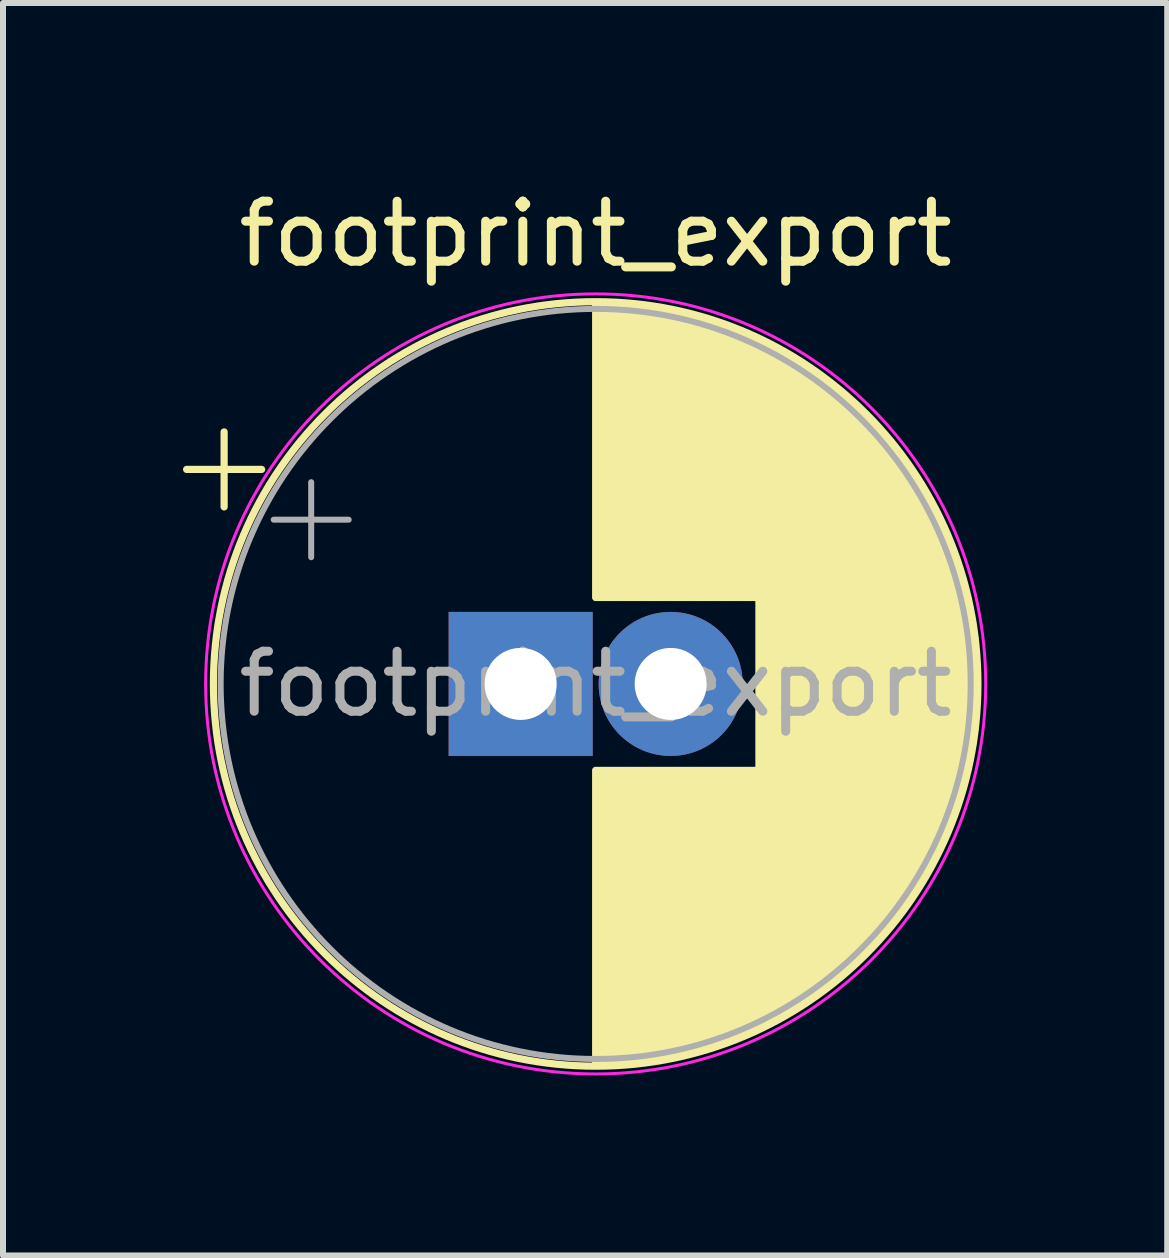
<source format=kicad_pcb>
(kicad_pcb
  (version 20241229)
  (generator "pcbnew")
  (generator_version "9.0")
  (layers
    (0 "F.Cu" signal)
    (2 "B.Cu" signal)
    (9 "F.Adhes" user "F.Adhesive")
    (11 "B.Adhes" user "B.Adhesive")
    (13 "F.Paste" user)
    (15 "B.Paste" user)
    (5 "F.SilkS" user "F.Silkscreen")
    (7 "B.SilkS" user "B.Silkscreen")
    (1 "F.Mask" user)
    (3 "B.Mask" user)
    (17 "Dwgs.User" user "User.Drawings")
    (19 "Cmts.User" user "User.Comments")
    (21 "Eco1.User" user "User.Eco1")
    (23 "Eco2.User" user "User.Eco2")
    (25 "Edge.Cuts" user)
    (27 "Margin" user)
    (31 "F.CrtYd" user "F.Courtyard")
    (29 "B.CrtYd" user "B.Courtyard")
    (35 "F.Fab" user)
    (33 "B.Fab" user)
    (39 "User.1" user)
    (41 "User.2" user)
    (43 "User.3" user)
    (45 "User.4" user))
  (footprint "footprint_export"
    (layer "F.Cu")
    (at 5.627 8.348)
    (property "Reference" "footprint_export" (at 1.25 -7.5 0) (layer "F.SilkS") (effects (font (size 1 1) (thickness 0.15))))
    (attr through_hole)
    (fp_line (start -5.567 -3.575) (end -4.317 -3.575) (stroke (width 0.12) (type solid)) (layer "F.SilkS"))
    (fp_line (start -4.942 -4.2) (end -4.942 -2.95) (stroke (width 0.12) (type solid)) (layer "F.SilkS"))
    (fp_line (start 1.25 -6.33) (end 1.25 -1.44) (stroke (width 0.12) (type solid)) (layer "F.SilkS"))
    (fp_line (start 1.25 1.44) (end 1.25 6.33) (stroke (width 0.12) (type solid)) (layer "F.SilkS"))
    (fp_line (start 1.29 -6.33) (end 1.29 -1.44) (stroke (width 0.12) (type solid)) (layer "F.SilkS"))
    (fp_line (start 1.29 1.44) (end 1.29 6.33) (stroke (width 0.12) (type solid)) (layer "F.SilkS"))
    (fp_line (start 1.33 -6.33) (end 1.33 -1.44) (stroke (width 0.12) (type solid)) (layer "F.SilkS"))
    (fp_line (start 1.33 1.44) (end 1.33 6.33) (stroke (width 0.12) (type solid)) (layer "F.SilkS"))
    (fp_line (start 1.37 -6.329) (end 1.37 -1.44) (stroke (width 0.12) (type solid)) (layer "F.SilkS"))
    (fp_line (start 1.37 1.44) (end 1.37 6.329) (stroke (width 0.12) (type solid)) (layer "F.SilkS"))
    (fp_line (start 1.41 -6.328) (end 1.41 -1.44) (stroke (width 0.12) (type solid)) (layer "F.SilkS"))
    (fp_line (start 1.41 1.44) (end 1.41 6.328) (stroke (width 0.12) (type solid)) (layer "F.SilkS"))
    (fp_line (start 1.45 -6.327) (end 1.45 -1.44) (stroke (width 0.12) (type solid)) (layer "F.SilkS"))
    (fp_line (start 1.45 1.44) (end 1.45 6.327) (stroke (width 0.12) (type solid)) (layer "F.SilkS"))
    (fp_line (start 1.49 -6.326) (end 1.49 -1.44) (stroke (width 0.12) (type solid)) (layer "F.SilkS"))
    (fp_line (start 1.49 1.44) (end 1.49 6.326) (stroke (width 0.12) (type solid)) (layer "F.SilkS"))
    (fp_line (start 1.53 -6.324) (end 1.53 -1.44) (stroke (width 0.12) (type solid)) (layer "F.SilkS"))
    (fp_line (start 1.53 1.44) (end 1.53 6.324) (stroke (width 0.12) (type solid)) (layer "F.SilkS"))
    (fp_line (start 1.57 -6.322) (end 1.57 -1.44) (stroke (width 0.12) (type solid)) (layer "F.SilkS"))
    (fp_line (start 1.57 1.44) (end 1.57 6.322) (stroke (width 0.12) (type solid)) (layer "F.SilkS"))
    (fp_line (start 1.61 -6.32) (end 1.61 -1.44) (stroke (width 0.12) (type solid)) (layer "F.SilkS"))
    (fp_line (start 1.61 1.44) (end 1.61 6.32) (stroke (width 0.12) (type solid)) (layer "F.SilkS"))
    (fp_line (start 1.65 -6.318) (end 1.65 -1.44) (stroke (width 0.12) (type solid)) (layer "F.SilkS"))
    (fp_line (start 1.65 1.44) (end 1.65 6.318) (stroke (width 0.12) (type solid)) (layer "F.SilkS"))
    (fp_line (start 1.69 -6.315) (end 1.69 -1.44) (stroke (width 0.12) (type solid)) (layer "F.SilkS"))
    (fp_line (start 1.69 1.44) (end 1.69 6.315) (stroke (width 0.12) (type solid)) (layer "F.SilkS"))
    (fp_line (start 1.73 -6.312) (end 1.73 -1.44) (stroke (width 0.12) (type solid)) (layer "F.SilkS"))
    (fp_line (start 1.73 1.44) (end 1.73 6.312) (stroke (width 0.12) (type solid)) (layer "F.SilkS"))
    (fp_line (start 1.77 -6.309) (end 1.77 -1.44) (stroke (width 0.12) (type solid)) (layer "F.SilkS"))
    (fp_line (start 1.77 1.44) (end 1.77 6.309) (stroke (width 0.12) (type solid)) (layer "F.SilkS"))
    (fp_line (start 1.81 -6.306) (end 1.81 -1.44) (stroke (width 0.12) (type solid)) (layer "F.SilkS"))
    (fp_line (start 1.81 1.44) (end 1.81 6.306) (stroke (width 0.12) (type solid)) (layer "F.SilkS"))
    (fp_line (start 1.85 -6.302) (end 1.85 -1.44) (stroke (width 0.12) (type solid)) (layer "F.SilkS"))
    (fp_line (start 1.85 1.44) (end 1.85 6.302) (stroke (width 0.12) (type solid)) (layer "F.SilkS"))
    (fp_line (start 1.89 -6.298) (end 1.89 -1.44) (stroke (width 0.12) (type solid)) (layer "F.SilkS"))
    (fp_line (start 1.89 1.44) (end 1.89 6.298) (stroke (width 0.12) (type solid)) (layer "F.SilkS"))
    (fp_line (start 1.93 -6.294) (end 1.93 -1.44) (stroke (width 0.12) (type solid)) (layer "F.SilkS"))
    (fp_line (start 1.93 1.44) (end 1.93 6.294) (stroke (width 0.12) (type solid)) (layer "F.SilkS"))
    (fp_line (start 1.971 -6.29) (end 1.971 -1.44) (stroke (width 0.12) (type solid)) (layer "F.SilkS"))
    (fp_line (start 1.971 1.44) (end 1.971 6.29) (stroke (width 0.12) (type solid)) (layer "F.SilkS"))
    (fp_line (start 2.011 -6.285) (end 2.011 -1.44) (stroke (width 0.12) (type solid)) (layer "F.SilkS"))
    (fp_line (start 2.011 1.44) (end 2.011 6.285) (stroke (width 0.12) (type solid)) (layer "F.SilkS"))
    (fp_line (start 2.051 -6.28) (end 2.051 -1.44) (stroke (width 0.12) (type solid)) (layer "F.SilkS"))
    (fp_line (start 2.051 1.44) (end 2.051 6.28) (stroke (width 0.12) (type solid)) (layer "F.SilkS"))
    (fp_line (start 2.091 -6.275) (end 2.091 -1.44) (stroke (width 0.12) (type solid)) (layer "F.SilkS"))
    (fp_line (start 2.091 1.44) (end 2.091 6.275) (stroke (width 0.12) (type solid)) (layer "F.SilkS"))
    (fp_line (start 2.131 -6.269) (end 2.131 -1.44) (stroke (width 0.12) (type solid)) (layer "F.SilkS"))
    (fp_line (start 2.131 1.44) (end 2.131 6.269) (stroke (width 0.12) (type solid)) (layer "F.SilkS"))
    (fp_line (start 2.171 -6.264) (end 2.171 -1.44) (stroke (width 0.12) (type solid)) (layer "F.SilkS"))
    (fp_line (start 2.171 1.44) (end 2.171 6.264) (stroke (width 0.12) (type solid)) (layer "F.SilkS"))
    (fp_line (start 2.211 -6.258) (end 2.211 -1.44) (stroke (width 0.12) (type solid)) (layer "F.SilkS"))
    (fp_line (start 2.211 1.44) (end 2.211 6.258) (stroke (width 0.12) (type solid)) (layer "F.SilkS"))
    (fp_line (start 2.251 -6.252) (end 2.251 -1.44) (stroke (width 0.12) (type solid)) (layer "F.SilkS"))
    (fp_line (start 2.251 1.44) (end 2.251 6.252) (stroke (width 0.12) (type solid)) (layer "F.SilkS"))
    (fp_line (start 2.291 -6.245) (end 2.291 -1.44) (stroke (width 0.12) (type solid)) (layer "F.SilkS"))
    (fp_line (start 2.291 1.44) (end 2.291 6.245) (stroke (width 0.12) (type solid)) (layer "F.SilkS"))
    (fp_line (start 2.331 -6.238) (end 2.331 -1.44) (stroke (width 0.12) (type solid)) (layer "F.SilkS"))
    (fp_line (start 2.331 1.44) (end 2.331 6.238) (stroke (width 0.12) (type solid)) (layer "F.SilkS"))
    (fp_line (start 2.371 -6.231) (end 2.371 -1.44) (stroke (width 0.12) (type solid)) (layer "F.SilkS"))
    (fp_line (start 2.371 1.44) (end 2.371 6.231) (stroke (width 0.12) (type solid)) (layer "F.SilkS"))
    (fp_line (start 2.411 -6.224) (end 2.411 -1.44) (stroke (width 0.12) (type solid)) (layer "F.SilkS"))
    (fp_line (start 2.411 1.44) (end 2.411 6.224) (stroke (width 0.12) (type solid)) (layer "F.SilkS"))
    (fp_line (start 2.451 -6.216) (end 2.451 -1.44) (stroke (width 0.12) (type solid)) (layer "F.SilkS"))
    (fp_line (start 2.451 1.44) (end 2.451 6.216) (stroke (width 0.12) (type solid)) (layer "F.SilkS"))
    (fp_line (start 2.491 -6.209) (end 2.491 -1.44) (stroke (width 0.12) (type solid)) (layer "F.SilkS"))
    (fp_line (start 2.491 1.44) (end 2.491 6.209) (stroke (width 0.12) (type solid)) (layer "F.SilkS"))
    (fp_line (start 2.531 -6.201) (end 2.531 -1.44) (stroke (width 0.12) (type solid)) (layer "F.SilkS"))
    (fp_line (start 2.531 1.44) (end 2.531 6.201) (stroke (width 0.12) (type solid)) (layer "F.SilkS"))
    (fp_line (start 2.571 -6.192) (end 2.571 -1.44) (stroke (width 0.12) (type solid)) (layer "F.SilkS"))
    (fp_line (start 2.571 1.44) (end 2.571 6.192) (stroke (width 0.12) (type solid)) (layer "F.SilkS"))
    (fp_line (start 2.611 -6.184) (end 2.611 -1.44) (stroke (width 0.12) (type solid)) (layer "F.SilkS"))
    (fp_line (start 2.611 1.44) (end 2.611 6.184) (stroke (width 0.12) (type solid)) (layer "F.SilkS"))
    (fp_line (start 2.651 -6.175) (end 2.651 -1.44) (stroke (width 0.12) (type solid)) (layer "F.SilkS"))
    (fp_line (start 2.651 1.44) (end 2.651 6.175) (stroke (width 0.12) (type solid)) (layer "F.SilkS"))
    (fp_line (start 2.691 -6.166) (end 2.691 -1.44) (stroke (width 0.12) (type solid)) (layer "F.SilkS"))
    (fp_line (start 2.691 1.44) (end 2.691 6.166) (stroke (width 0.12) (type solid)) (layer "F.SilkS"))
    (fp_line (start 2.731 -6.156) (end 2.731 -1.44) (stroke (width 0.12) (type solid)) (layer "F.SilkS"))
    (fp_line (start 2.731 1.44) (end 2.731 6.156) (stroke (width 0.12) (type solid)) (layer "F.SilkS"))
    (fp_line (start 2.771 -6.146) (end 2.771 -1.44) (stroke (width 0.12) (type solid)) (layer "F.SilkS"))
    (fp_line (start 2.771 1.44) (end 2.771 6.146) (stroke (width 0.12) (type solid)) (layer "F.SilkS"))
    (fp_line (start 2.811 -6.137) (end 2.811 -1.44) (stroke (width 0.12) (type solid)) (layer "F.SilkS"))
    (fp_line (start 2.811 1.44) (end 2.811 6.137) (stroke (width 0.12) (type solid)) (layer "F.SilkS"))
    (fp_line (start 2.851 -6.126) (end 2.851 -1.44) (stroke (width 0.12) (type solid)) (layer "F.SilkS"))
    (fp_line (start 2.851 1.44) (end 2.851 6.126) (stroke (width 0.12) (type solid)) (layer "F.SilkS"))
    (fp_line (start 2.891 -6.116) (end 2.891 -1.44) (stroke (width 0.12) (type solid)) (layer "F.SilkS"))
    (fp_line (start 2.891 1.44) (end 2.891 6.116) (stroke (width 0.12) (type solid)) (layer "F.SilkS"))
    (fp_line (start 2.931 -6.105) (end 2.931 -1.44) (stroke (width 0.12) (type solid)) (layer "F.SilkS"))
    (fp_line (start 2.931 1.44) (end 2.931 6.105) (stroke (width 0.12) (type solid)) (layer "F.SilkS"))
    (fp_line (start 2.971 -6.094) (end 2.971 -1.44) (stroke (width 0.12) (type solid)) (layer "F.SilkS"))
    (fp_line (start 2.971 1.44) (end 2.971 6.094) (stroke (width 0.12) (type solid)) (layer "F.SilkS"))
    (fp_line (start 3.011 -6.083) (end 3.011 -1.44) (stroke (width 0.12) (type solid)) (layer "F.SilkS"))
    (fp_line (start 3.011 1.44) (end 3.011 6.083) (stroke (width 0.12) (type solid)) (layer "F.SilkS"))
    (fp_line (start 3.051 -6.071) (end 3.051 -1.44) (stroke (width 0.12) (type solid)) (layer "F.SilkS"))
    (fp_line (start 3.051 1.44) (end 3.051 6.071) (stroke (width 0.12) (type solid)) (layer "F.SilkS"))
    (fp_line (start 3.091 -6.059) (end 3.091 -1.44) (stroke (width 0.12) (type solid)) (layer "F.SilkS"))
    (fp_line (start 3.091 1.44) (end 3.091 6.059) (stroke (width 0.12) (type solid)) (layer "F.SilkS"))
    (fp_line (start 3.131 -6.047) (end 3.131 -1.44) (stroke (width 0.12) (type solid)) (layer "F.SilkS"))
    (fp_line (start 3.131 1.44) (end 3.131 6.047) (stroke (width 0.12) (type solid)) (layer "F.SilkS"))
    (fp_line (start 3.171 -6.034) (end 3.171 -1.44) (stroke (width 0.12) (type solid)) (layer "F.SilkS"))
    (fp_line (start 3.171 1.44) (end 3.171 6.034) (stroke (width 0.12) (type solid)) (layer "F.SilkS"))
    (fp_line (start 3.211 -6.021) (end 3.211 -1.44) (stroke (width 0.12) (type solid)) (layer "F.SilkS"))
    (fp_line (start 3.211 1.44) (end 3.211 6.021) (stroke (width 0.12) (type solid)) (layer "F.SilkS"))
    (fp_line (start 3.251 -6.008) (end 3.251 -1.44) (stroke (width 0.12) (type solid)) (layer "F.SilkS"))
    (fp_line (start 3.251 1.44) (end 3.251 6.008) (stroke (width 0.12) (type solid)) (layer "F.SilkS"))
    (fp_line (start 3.291 -5.995) (end 3.291 -1.44) (stroke (width 0.12) (type solid)) (layer "F.SilkS"))
    (fp_line (start 3.291 1.44) (end 3.291 5.995) (stroke (width 0.12) (type solid)) (layer "F.SilkS"))
    (fp_line (start 3.331 -5.981) (end 3.331 -1.44) (stroke (width 0.12) (type solid)) (layer "F.SilkS"))
    (fp_line (start 3.331 1.44) (end 3.331 5.981) (stroke (width 0.12) (type solid)) (layer "F.SilkS"))
    (fp_line (start 3.371 -5.967) (end 3.371 -1.44) (stroke (width 0.12) (type solid)) (layer "F.SilkS"))
    (fp_line (start 3.371 1.44) (end 3.371 5.967) (stroke (width 0.12) (type solid)) (layer "F.SilkS"))
    (fp_line (start 3.411 -5.953) (end 3.411 -1.44) (stroke (width 0.12) (type solid)) (layer "F.SilkS"))
    (fp_line (start 3.411 1.44) (end 3.411 5.953) (stroke (width 0.12) (type solid)) (layer "F.SilkS"))
    (fp_line (start 3.451 -5.939) (end 3.451 -1.44) (stroke (width 0.12) (type solid)) (layer "F.SilkS"))
    (fp_line (start 3.451 1.44) (end 3.451 5.939) (stroke (width 0.12) (type solid)) (layer "F.SilkS"))
    (fp_line (start 3.491 -5.924) (end 3.491 -1.44) (stroke (width 0.12) (type solid)) (layer "F.SilkS"))
    (fp_line (start 3.491 1.44) (end 3.491 5.924) (stroke (width 0.12) (type solid)) (layer "F.SilkS"))
    (fp_line (start 3.531 -5.908) (end 3.531 -1.44) (stroke (width 0.12) (type solid)) (layer "F.SilkS"))
    (fp_line (start 3.531 1.44) (end 3.531 5.908) (stroke (width 0.12) (type solid)) (layer "F.SilkS"))
    (fp_line (start 3.571 -5.893) (end 3.571 -1.44) (stroke (width 0.12) (type solid)) (layer "F.SilkS"))
    (fp_line (start 3.571 1.44) (end 3.571 5.893) (stroke (width 0.12) (type solid)) (layer "F.SilkS"))
    (fp_line (start 3.611 -5.877) (end 3.611 -1.44) (stroke (width 0.12) (type solid)) (layer "F.SilkS"))
    (fp_line (start 3.611 1.44) (end 3.611 5.877) (stroke (width 0.12) (type solid)) (layer "F.SilkS"))
    (fp_line (start 3.651 -5.861) (end 3.651 -1.44) (stroke (width 0.12) (type solid)) (layer "F.SilkS"))
    (fp_line (start 3.651 1.44) (end 3.651 5.861) (stroke (width 0.12) (type solid)) (layer "F.SilkS"))
    (fp_line (start 3.691 -5.845) (end 3.691 -1.44) (stroke (width 0.12) (type solid)) (layer "F.SilkS"))
    (fp_line (start 3.691 1.44) (end 3.691 5.845) (stroke (width 0.12) (type solid)) (layer "F.SilkS"))
    (fp_line (start 3.731 -5.828) (end 3.731 -1.44) (stroke (width 0.12) (type solid)) (layer "F.SilkS"))
    (fp_line (start 3.731 1.44) (end 3.731 5.828) (stroke (width 0.12) (type solid)) (layer "F.SilkS"))
    (fp_line (start 3.771 -5.811) (end 3.771 -1.44) (stroke (width 0.12) (type solid)) (layer "F.SilkS"))
    (fp_line (start 3.771 1.44) (end 3.771 5.811) (stroke (width 0.12) (type solid)) (layer "F.SilkS"))
    (fp_line (start 3.811 -5.793) (end 3.811 -1.44) (stroke (width 0.12) (type solid)) (layer "F.SilkS"))
    (fp_line (start 3.811 1.44) (end 3.811 5.793) (stroke (width 0.12) (type solid)) (layer "F.SilkS"))
    (fp_line (start 3.851 -5.776) (end 3.851 -1.44) (stroke (width 0.12) (type solid)) (layer "F.SilkS"))
    (fp_line (start 3.851 1.44) (end 3.851 5.776) (stroke (width 0.12) (type solid)) (layer "F.SilkS"))
    (fp_line (start 3.891 -5.758) (end 3.891 -1.44) (stroke (width 0.12) (type solid)) (layer "F.SilkS"))
    (fp_line (start 3.891 1.44) (end 3.891 5.758) (stroke (width 0.12) (type solid)) (layer "F.SilkS"))
    (fp_line (start 3.931 -5.739) (end 3.931 -1.44) (stroke (width 0.12) (type solid)) (layer "F.SilkS"))
    (fp_line (start 3.931 1.44) (end 3.931 5.739) (stroke (width 0.12) (type solid)) (layer "F.SilkS"))
    (fp_line (start 3.971 -5.721) (end 3.971 5.721) (stroke (width 0.12) (type solid)) (layer "F.SilkS"))
    (fp_line (start 4.011 -5.702) (end 4.011 5.702) (stroke (width 0.12) (type solid)) (layer "F.SilkS"))
    (fp_line (start 4.051 -5.682) (end 4.051 5.682) (stroke (width 0.12) (type solid)) (layer "F.SilkS"))
    (fp_line (start 4.091 -5.662) (end 4.091 5.662) (stroke (width 0.12) (type solid)) (layer "F.SilkS"))
    (fp_line (start 4.131 -5.642) (end 4.131 5.642) (stroke (width 0.12) (type solid)) (layer "F.SilkS"))
    (fp_line (start 4.171 -5.622) (end 4.171 5.622) (stroke (width 0.12) (type solid)) (layer "F.SilkS"))
    (fp_line (start 4.211 -5.601) (end 4.211 5.601) (stroke (width 0.12) (type solid)) (layer "F.SilkS"))
    (fp_line (start 4.251 -5.58) (end 4.251 5.58) (stroke (width 0.12) (type solid)) (layer "F.SilkS"))
    (fp_line (start 4.291 -5.558) (end 4.291 5.558) (stroke (width 0.12) (type solid)) (layer "F.SilkS"))
    (fp_line (start 4.331 -5.536) (end 4.331 5.536) (stroke (width 0.12) (type solid)) (layer "F.SilkS"))
    (fp_line (start 4.371 -5.514) (end 4.371 5.514) (stroke (width 0.12) (type solid)) (layer "F.SilkS"))
    (fp_line (start 4.411 -5.491) (end 4.411 5.491) (stroke (width 0.12) (type solid)) (layer "F.SilkS"))
    (fp_line (start 4.451 -5.468) (end 4.451 5.468) (stroke (width 0.12) (type solid)) (layer "F.SilkS"))
    (fp_line (start 4.491 -5.445) (end 4.491 5.445) (stroke (width 0.12) (type solid)) (layer "F.SilkS"))
    (fp_line (start 4.531 -5.421) (end 4.531 5.421) (stroke (width 0.12) (type solid)) (layer "F.SilkS"))
    (fp_line (start 4.571 -5.397) (end 4.571 5.397) (stroke (width 0.12) (type solid)) (layer "F.SilkS"))
    (fp_line (start 4.611 -5.372) (end 4.611 5.372) (stroke (width 0.12) (type solid)) (layer "F.SilkS"))
    (fp_line (start 4.651 -5.347) (end 4.651 5.347) (stroke (width 0.12) (type solid)) (layer "F.SilkS"))
    (fp_line (start 4.691 -5.322) (end 4.691 5.322) (stroke (width 0.12) (type solid)) (layer "F.SilkS"))
    (fp_line (start 4.731 -5.296) (end 4.731 5.296) (stroke (width 0.12) (type solid)) (layer "F.SilkS"))
    (fp_line (start 4.771 -5.27) (end 4.771 5.27) (stroke (width 0.12) (type solid)) (layer "F.SilkS"))
    (fp_line (start 4.811 -5.243) (end 4.811 5.243) (stroke (width 0.12) (type solid)) (layer "F.SilkS"))
    (fp_line (start 4.851 -5.216) (end 4.851 5.216) (stroke (width 0.12) (type solid)) (layer "F.SilkS"))
    (fp_line (start 4.891 -5.188) (end 4.891 5.188) (stroke (width 0.12) (type solid)) (layer "F.SilkS"))
    (fp_line (start 4.931 -5.16) (end 4.931 5.16) (stroke (width 0.12) (type solid)) (layer "F.SilkS"))
    (fp_line (start 4.971 -5.131) (end 4.971 5.131) (stroke (width 0.12) (type solid)) (layer "F.SilkS"))
    (fp_line (start 5.011 -5.102) (end 5.011 5.102) (stroke (width 0.12) (type solid)) (layer "F.SilkS"))
    (fp_line (start 5.051 -5.073) (end 5.051 5.073) (stroke (width 0.12) (type solid)) (layer "F.SilkS"))
    (fp_line (start 5.091 -5.043) (end 5.091 5.043) (stroke (width 0.12) (type solid)) (layer "F.SilkS"))
    (fp_line (start 5.131 -5.012) (end 5.131 5.012) (stroke (width 0.12) (type solid)) (layer "F.SilkS"))
    (fp_line (start 5.171 -4.982) (end 5.171 4.982) (stroke (width 0.12) (type solid)) (layer "F.SilkS"))
    (fp_line (start 5.211 -4.95) (end 5.211 4.95) (stroke (width 0.12) (type solid)) (layer "F.SilkS"))
    (fp_line (start 5.251 -4.918) (end 5.251 4.918) (stroke (width 0.12) (type solid)) (layer "F.SilkS"))
    (fp_line (start 5.291 -4.885) (end 5.291 4.885) (stroke (width 0.12) (type solid)) (layer "F.SilkS"))
    (fp_line (start 5.331 -4.852) (end 5.331 4.852) (stroke (width 0.12) (type solid)) (layer "F.SilkS"))
    (fp_line (start 5.371 -4.819) (end 5.371 4.819) (stroke (width 0.12) (type solid)) (layer "F.SilkS"))
    (fp_line (start 5.411 -4.785) (end 5.411 4.785) (stroke (width 0.12) (type solid)) (layer "F.SilkS"))
    (fp_line (start 5.451 -4.75) (end 5.451 4.75) (stroke (width 0.12) (type solid)) (layer "F.SilkS"))
    (fp_line (start 5.491 -4.714) (end 5.491 4.714) (stroke (width 0.12) (type solid)) (layer "F.SilkS"))
    (fp_line (start 5.531 -4.678) (end 5.531 4.678) (stroke (width 0.12) (type solid)) (layer "F.SilkS"))
    (fp_line (start 5.571 -4.642) (end 5.571 4.642) (stroke (width 0.12) (type solid)) (layer "F.SilkS"))
    (fp_line (start 5.611 -4.605) (end 5.611 4.605) (stroke (width 0.12) (type solid)) (layer "F.SilkS"))
    (fp_line (start 5.651 -4.567) (end 5.651 4.567) (stroke (width 0.12) (type solid)) (layer "F.SilkS"))
    (fp_line (start 5.691 -4.528) (end 5.691 4.528) (stroke (width 0.12) (type solid)) (layer "F.SilkS"))
    (fp_line (start 5.731 -4.489) (end 5.731 4.489) (stroke (width 0.12) (type solid)) (layer "F.SilkS"))
    (fp_line (start 5.771 -4.449) (end 5.771 4.449) (stroke (width 0.12) (type solid)) (layer "F.SilkS"))
    (fp_line (start 5.811 -4.408) (end 5.811 4.408) (stroke (width 0.12) (type solid)) (layer "F.SilkS"))
    (fp_line (start 5.851 -4.367) (end 5.851 4.367) (stroke (width 0.12) (type solid)) (layer "F.SilkS"))
    (fp_line (start 5.891 -4.325) (end 5.891 4.325) (stroke (width 0.12) (type solid)) (layer "F.SilkS"))
    (fp_line (start 5.931 -4.282) (end 5.931 4.282) (stroke (width 0.12) (type solid)) (layer "F.SilkS"))
    (fp_line (start 5.971 -4.238) (end 5.971 4.238) (stroke (width 0.12) (type solid)) (layer "F.SilkS"))
    (fp_line (start 6.011 -4.194) (end 6.011 4.194) (stroke (width 0.12) (type solid)) (layer "F.SilkS"))
    (fp_line (start 6.051 -4.148) (end 6.051 4.148) (stroke (width 0.12) (type solid)) (layer "F.SilkS"))
    (fp_line (start 6.091 -4.102) (end 6.091 4.102) (stroke (width 0.12) (type solid)) (layer "F.SilkS"))
    (fp_line (start 6.131 -4.055) (end 6.131 4.055) (stroke (width 0.12) (type solid)) (layer "F.SilkS"))
    (fp_line (start 6.171 -4.007) (end 6.171 4.007) (stroke (width 0.12) (type solid)) (layer "F.SilkS"))
    (fp_line (start 6.211 -3.957) (end 6.211 3.957) (stroke (width 0.12) (type solid)) (layer "F.SilkS"))
    (fp_line (start 6.251 -3.907) (end 6.251 3.907) (stroke (width 0.12) (type solid)) (layer "F.SilkS"))
    (fp_line (start 6.291 -3.856) (end 6.291 3.856) (stroke (width 0.12) (type solid)) (layer "F.SilkS"))
    (fp_line (start 6.331 -3.804) (end 6.331 3.804) (stroke (width 0.12) (type solid)) (layer "F.SilkS"))
    (fp_line (start 6.371 -3.75) (end 6.371 3.75) (stroke (width 0.12) (type solid)) (layer "F.SilkS"))
    (fp_line (start 6.411 -3.696) (end 6.411 3.696) (stroke (width 0.12) (type solid)) (layer "F.SilkS"))
    (fp_line (start 6.451 -3.64) (end 6.451 3.64) (stroke (width 0.12) (type solid)) (layer "F.SilkS"))
    (fp_line (start 6.491 -3.583) (end 6.491 3.583) (stroke (width 0.12) (type solid)) (layer "F.SilkS"))
    (fp_line (start 6.531 -3.524) (end 6.531 3.524) (stroke (width 0.12) (type solid)) (layer "F.SilkS"))
    (fp_line (start 6.571 -3.464) (end 6.571 3.464) (stroke (width 0.12) (type solid)) (layer "F.SilkS"))
    (fp_line (start 6.611 -3.402) (end 6.611 3.402) (stroke (width 0.12) (type solid)) (layer "F.SilkS"))
    (fp_line (start 6.651 -3.339) (end 6.651 3.339) (stroke (width 0.12) (type solid)) (layer "F.SilkS"))
    (fp_line (start 6.691 -3.275) (end 6.691 3.275) (stroke (width 0.12) (type solid)) (layer "F.SilkS"))
    (fp_line (start 6.731 -3.208) (end 6.731 3.208) (stroke (width 0.12) (type solid)) (layer "F.SilkS"))
    (fp_line (start 6.771 -3.14) (end 6.771 3.14) (stroke (width 0.12) (type solid)) (layer "F.SilkS"))
    (fp_line (start 6.811 -3.069) (end 6.811 3.069) (stroke (width 0.12) (type solid)) (layer "F.SilkS"))
    (fp_line (start 6.851 -2.996) (end 6.851 2.996) (stroke (width 0.12) (type solid)) (layer "F.SilkS"))
    (fp_line (start 6.891 -2.921) (end 6.891 2.921) (stroke (width 0.12) (type solid)) (layer "F.SilkS"))
    (fp_line (start 6.931 -2.844) (end 6.931 2.844) (stroke (width 0.12) (type solid)) (layer "F.SilkS"))
    (fp_line (start 6.971 -2.764) (end 6.971 2.764) (stroke (width 0.12) (type solid)) (layer "F.SilkS"))
    (fp_line (start 7.011 -2.681) (end 7.011 2.681) (stroke (width 0.12) (type solid)) (layer "F.SilkS"))
    (fp_line (start 7.051 -2.594) (end 7.051 2.594) (stroke (width 0.12) (type solid)) (layer "F.SilkS"))
    (fp_line (start 7.091 -2.504) (end 7.091 2.504) (stroke (width 0.12) (type solid)) (layer "F.SilkS"))
    (fp_line (start 7.131 -2.41) (end 7.131 2.41) (stroke (width 0.12) (type solid)) (layer "F.SilkS"))
    (fp_line (start 7.171 -2.312) (end 7.171 2.312) (stroke (width 0.12) (type solid)) (layer "F.SilkS"))
    (fp_line (start 7.211 -2.209) (end 7.211 2.209) (stroke (width 0.12) (type solid)) (layer "F.SilkS"))
    (fp_line (start 7.251 -2.1) (end 7.251 2.1) (stroke (width 0.12) (type solid)) (layer "F.SilkS"))
    (fp_line (start 7.291 -1.984) (end 7.291 1.984) (stroke (width 0.12) (type solid)) (layer "F.SilkS"))
    (fp_line (start 7.331 -1.861) (end 7.331 1.861) (stroke (width 0.12) (type solid)) (layer "F.SilkS"))
    (fp_line (start 7.371 -1.728) (end 7.371 1.728) (stroke (width 0.12) (type solid)) (layer "F.SilkS"))
    (fp_line (start 7.411 -1.583) (end 7.411 1.583) (stroke (width 0.12) (type solid)) (layer "F.SilkS"))
    (fp_line (start 7.451 -1.422) (end 7.451 1.422) (stroke (width 0.12) (type solid)) (layer "F.SilkS"))
    (fp_line (start 7.491 -1.241) (end 7.491 1.241) (stroke (width 0.12) (type solid)) (layer "F.SilkS"))
    (fp_line (start 7.531 -1.028) (end 7.531 1.028) (stroke (width 0.12) (type solid)) (layer "F.SilkS"))
    (fp_line (start 7.571 -0.757) (end 7.571 0.757) (stroke (width 0.12) (type solid)) (layer "F.SilkS"))
    (fp_line (start 7.611 -0.317) (end 7.611 0.317) (stroke (width 0.12) (type solid)) (layer "F.SilkS"))
    (fp_circle (center 1.25 0) (end 7.62 0) (stroke (width 0.12) (type solid)) (fill no) (layer "F.SilkS"))
    (fp_circle (center 1.25 0) (end 7.75 0) (stroke (width 0.05) (type solid)) (fill no) (layer "F.CrtYd"))
    (fp_line (start -4.116 -2.737) (end -2.866 -2.737) (stroke (width 0.1) (type solid)) (layer "F.Fab"))
    (fp_line (start -3.491 -3.362) (end -3.491 -2.112) (stroke (width 0.1) (type solid)) (layer "F.Fab"))
    (fp_circle (center 1.25 0) (end 7.5 0) (stroke (width 0.1) (type solid)) (fill no) (layer "F.Fab"))
    (fp_text user "${REFERENCE}" (at 1.25 0 0) (layer "F.Fab") (effects (font (size 1 1) (thickness 0.15))))
    (pad "1" thru_hole rect (at 0 0) (size 2.4 2.4) (drill 1.2) (layers "*.Cu" "*.Mask"))
    (pad "2" thru_hole circle (at 2.5 0) (size 2.4 2.4) (drill 1.2) (layers "*.Cu" "*.Mask")))
  (gr_rect
    (start -3 -3)
    (end 16.402 17.873)
    (stroke (width 0.1) (type default))
    (fill no)
    (layer "Edge.Cuts")))
</source>
